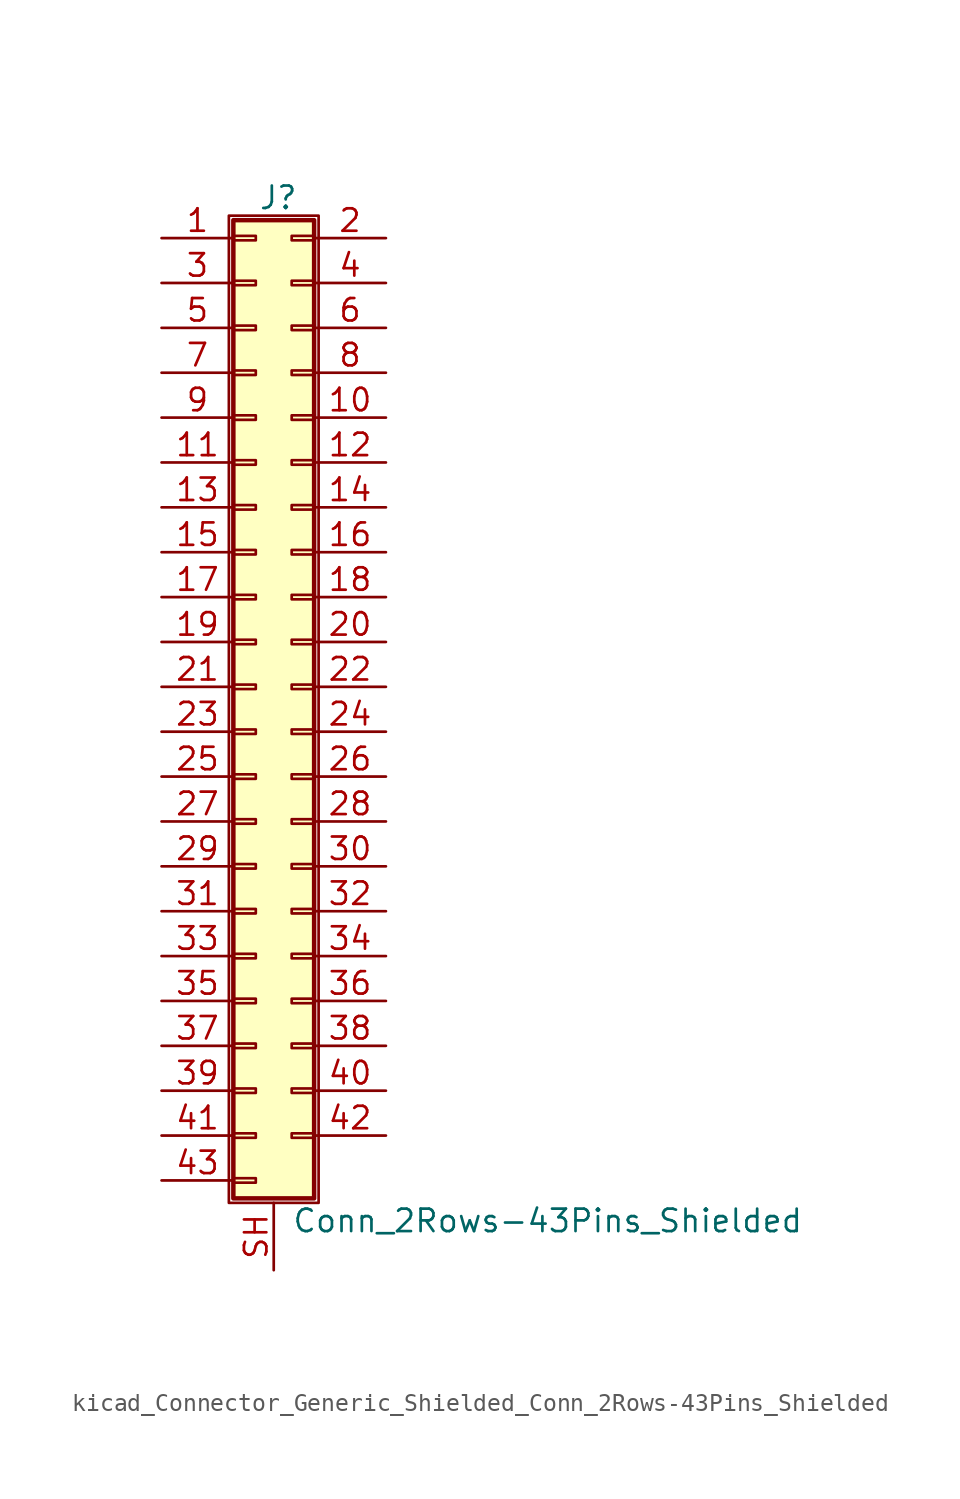
<source format=kicad_sym>
(kicad_symbol_lib
  (version 20220914)
  (generator kicad_symbol_editor)
  (symbol "kicad_Connector_Generic_Shielded_Conn_2Rows-43Pins_Shielded"
    (pin_names
      (offset 1.016) hide)
    (property "Reference" "J"
      (at 1.524 27.686 0)
      (effects (font (size 1.27 1.27))))
    (property "Value" "Conn_2Rows-43Pins_Shielded"
      (at 2.286 -30.226 0)
      (effects (font (size 1.27 1.27)) (justify left)))
    (symbol "kicad_Connector_Generic_Shielded_Conn_2Rows-43Pins_Shielded_1_1"
      (rectangle (start -1.27 26.67) (end 3.81 -29.21) (stroke (width 0.152) (type default)) (fill (type none)))
      (rectangle (start -1.016 -27.813) (end 0.254 -28.067) (stroke (width 0.152) (type default)) (fill (type none)))
      (rectangle (start -1.016 -25.273) (end 0.254 -25.527) (stroke (width 0.152) (type default)) (fill (type none)))
      (rectangle (start -1.016 -22.733) (end 0.254 -22.987) (stroke (width 0.152) (type default)) (fill (type none)))
      (rectangle (start -1.016 -20.193) (end 0.254 -20.447) (stroke (width 0.152) (type default)) (fill (type none)))
      (rectangle (start -1.016 -17.653) (end 0.254 -17.907) (stroke (width 0.152) (type default)) (fill (type none)))
      (rectangle (start -1.016 -15.113) (end 0.254 -15.367) (stroke (width 0.152) (type default)) (fill (type none)))
      (rectangle (start -1.016 -12.573) (end 0.254 -12.827) (stroke (width 0.152) (type default)) (fill (type none)))
      (rectangle (start -1.016 -10.033) (end 0.254 -10.287) (stroke (width 0.152) (type default)) (fill (type none)))
      (rectangle (start -1.016 -7.493) (end 0.254 -7.747) (stroke (width 0.152) (type default)) (fill (type none)))
      (rectangle (start -1.016 -4.953) (end 0.254 -5.207) (stroke (width 0.152) (type default)) (fill (type none)))
      (rectangle (start -1.016 -2.413) (end 0.254 -2.667) (stroke (width 0.152) (type default)) (fill (type none)))
      (rectangle (start -1.016 0.127) (end 0.254 -0.127) (stroke (width 0.152) (type default)) (fill (type none)))
      (rectangle (start -1.016 2.667) (end 0.254 2.413) (stroke (width 0.152) (type default)) (fill (type none)))
      (rectangle (start -1.016 5.207) (end 0.254 4.953) (stroke (width 0.152) (type default)) (fill (type none)))
      (rectangle (start -1.016 7.747) (end 0.254 7.493) (stroke (width 0.152) (type default)) (fill (type none)))
      (rectangle (start -1.016 10.287) (end 0.254 10.033) (stroke (width 0.152) (type default)) (fill (type none)))
      (rectangle (start -1.016 12.827) (end 0.254 12.573) (stroke (width 0.152) (type default)) (fill (type none)))
      (rectangle (start -1.016 15.367) (end 0.254 15.113) (stroke (width 0.152) (type default)) (fill (type none)))
      (rectangle (start -1.016 17.907) (end 0.254 17.653) (stroke (width 0.152) (type default)) (fill (type none)))
      (rectangle (start -1.016 20.447) (end 0.254 20.193) (stroke (width 0.152) (type default)) (fill (type none)))
      (rectangle (start -1.016 22.987) (end 0.254 22.733) (stroke (width 0.152) (type default)) (fill (type none)))
      (rectangle (start -1.016 25.527) (end 0.254 25.273) (stroke (width 0.152) (type default)) (fill (type none)))
      (rectangle (start -1.016 26.416) (end 3.556 -28.956) (stroke (width 0.254) (type default)) (fill (type background)))
      (rectangle (start 3.556 -25.273) (end 2.286 -25.527) (stroke (width 0.152) (type default)) (fill (type none)))
      (rectangle (start 3.556 -22.733) (end 2.286 -22.987) (stroke (width 0.152) (type default)) (fill (type none)))
      (rectangle (start 3.556 -20.193) (end 2.286 -20.447) (stroke (width 0.152) (type default)) (fill (type none)))
      (rectangle (start 3.556 -17.653) (end 2.286 -17.907) (stroke (width 0.152) (type default)) (fill (type none)))
      (rectangle (start 3.556 -15.113) (end 2.286 -15.367) (stroke (width 0.152) (type default)) (fill (type none)))
      (rectangle (start 3.556 -12.573) (end 2.286 -12.827) (stroke (width 0.152) (type default)) (fill (type none)))
      (rectangle (start 3.556 -10.033) (end 2.286 -10.287) (stroke (width 0.152) (type default)) (fill (type none)))
      (rectangle (start 3.556 -7.493) (end 2.286 -7.747) (stroke (width 0.152) (type default)) (fill (type none)))
      (rectangle (start 3.556 -4.953) (end 2.286 -5.207) (stroke (width 0.152) (type default)) (fill (type none)))
      (rectangle (start 3.556 -2.413) (end 2.286 -2.667) (stroke (width 0.152) (type default)) (fill (type none)))
      (rectangle (start 3.556 0.127) (end 2.286 -0.127) (stroke (width 0.152) (type default)) (fill (type none)))
      (rectangle (start 3.556 2.667) (end 2.286 2.413) (stroke (width 0.152) (type default)) (fill (type none)))
      (rectangle (start 3.556 5.207) (end 2.286 4.953) (stroke (width 0.152) (type default)) (fill (type none)))
      (rectangle (start 3.556 7.747) (end 2.286 7.493) (stroke (width 0.152) (type default)) (fill (type none)))
      (rectangle (start 3.556 10.287) (end 2.286 10.033) (stroke (width 0.152) (type default)) (fill (type none)))
      (rectangle (start 3.556 12.827) (end 2.286 12.573) (stroke (width 0.152) (type default)) (fill (type none)))
      (rectangle (start 3.556 15.367) (end 2.286 15.113) (stroke (width 0.152) (type default)) (fill (type none)))
      (rectangle (start 3.556 17.907) (end 2.286 17.653) (stroke (width 0.152) (type default)) (fill (type none)))
      (rectangle (start 3.556 20.447) (end 2.286 20.193) (stroke (width 0.152) (type default)) (fill (type none)))
      (rectangle (start 3.556 22.987) (end 2.286 22.733) (stroke (width 0.152) (type default)) (fill (type none)))
      (rectangle (start 3.556 25.527) (end 2.286 25.273) (stroke (width 0.152) (type default)) (fill (type none)))
      (pin passive line (at -5.08 25.4 0) (length 4.064) (name "Pin_1" (effects (font (size 1.27 1.27)))) (number "1" (effects (font (size 1.27 1.27)))))
      (pin passive line (at 7.62 15.24 180) (length 4.064) (name "Pin_10" (effects (font (size 1.27 1.27)))) (number "10" (effects (font (size 1.27 1.27)))))
      (pin passive line (at -5.08 12.7 0) (length 4.064) (name "Pin_11" (effects (font (size 1.27 1.27)))) (number "11" (effects (font (size 1.27 1.27)))))
      (pin passive line (at 7.62 12.7 180) (length 4.064) (name "Pin_12" (effects (font (size 1.27 1.27)))) (number "12" (effects (font (size 1.27 1.27)))))
      (pin passive line (at -5.08 10.16 0) (length 4.064) (name "Pin_13" (effects (font (size 1.27 1.27)))) (number "13" (effects (font (size 1.27 1.27)))))
      (pin passive line (at 7.62 10.16 180) (length 4.064) (name "Pin_14" (effects (font (size 1.27 1.27)))) (number "14" (effects (font (size 1.27 1.27)))))
      (pin passive line (at -5.08 7.62 0) (length 4.064) (name "Pin_15" (effects (font (size 1.27 1.27)))) (number "15" (effects (font (size 1.27 1.27)))))
      (pin passive line (at 7.62 7.62 180) (length 4.064) (name "Pin_16" (effects (font (size 1.27 1.27)))) (number "16" (effects (font (size 1.27 1.27)))))
      (pin passive line (at -5.08 5.08 0) (length 4.064) (name "Pin_17" (effects (font (size 1.27 1.27)))) (number "17" (effects (font (size 1.27 1.27)))))
      (pin passive line (at 7.62 5.08 180) (length 4.064) (name "Pin_18" (effects (font (size 1.27 1.27)))) (number "18" (effects (font (size 1.27 1.27)))))
      (pin passive line (at -5.08 2.54 0) (length 4.064) (name "Pin_19" (effects (font (size 1.27 1.27)))) (number "19" (effects (font (size 1.27 1.27)))))
      (pin passive line (at 7.62 25.4 180) (length 4.064) (name "Pin_2" (effects (font (size 1.27 1.27)))) (number "2" (effects (font (size 1.27 1.27)))))
      (pin passive line (at 7.62 2.54 180) (length 4.064) (name "Pin_20" (effects (font (size 1.27 1.27)))) (number "20" (effects (font (size 1.27 1.27)))))
      (pin passive line (at -5.08 0 0) (length 4.064) (name "Pin_21" (effects (font (size 1.27 1.27)))) (number "21" (effects (font (size 1.27 1.27)))))
      (pin passive line (at 7.62 0 180) (length 4.064) (name "Pin_22" (effects (font (size 1.27 1.27)))) (number "22" (effects (font (size 1.27 1.27)))))
      (pin passive line (at -5.08 -2.54 0) (length 4.064) (name "Pin_23" (effects (font (size 1.27 1.27)))) (number "23" (effects (font (size 1.27 1.27)))))
      (pin passive line (at 7.62 -2.54 180) (length 4.064) (name "Pin_24" (effects (font (size 1.27 1.27)))) (number "24" (effects (font (size 1.27 1.27)))))
      (pin passive line (at -5.08 -5.08 0) (length 4.064) (name "Pin_25" (effects (font (size 1.27 1.27)))) (number "25" (effects (font (size 1.27 1.27)))))
      (pin passive line (at 7.62 -5.08 180) (length 4.064) (name "Pin_26" (effects (font (size 1.27 1.27)))) (number "26" (effects (font (size 1.27 1.27)))))
      (pin passive line (at -5.08 -7.62 0) (length 4.064) (name "Pin_27" (effects (font (size 1.27 1.27)))) (number "27" (effects (font (size 1.27 1.27)))))
      (pin passive line (at 7.62 -7.62 180) (length 4.064) (name "Pin_28" (effects (font (size 1.27 1.27)))) (number "28" (effects (font (size 1.27 1.27)))))
      (pin passive line (at -5.08 -10.16 0) (length 4.064) (name "Pin_29" (effects (font (size 1.27 1.27)))) (number "29" (effects (font (size 1.27 1.27)))))
      (pin passive line (at -5.08 22.86 0) (length 4.064) (name "Pin_3" (effects (font (size 1.27 1.27)))) (number "3" (effects (font (size 1.27 1.27)))))
      (pin passive line (at 7.62 -10.16 180) (length 4.064) (name "Pin_30" (effects (font (size 1.27 1.27)))) (number "30" (effects (font (size 1.27 1.27)))))
      (pin passive line (at -5.08 -12.7 0) (length 4.064) (name "Pin_31" (effects (font (size 1.27 1.27)))) (number "31" (effects (font (size 1.27 1.27)))))
      (pin passive line (at 7.62 -12.7 180) (length 4.064) (name "Pin_32" (effects (font (size 1.27 1.27)))) (number "32" (effects (font (size 1.27 1.27)))))
      (pin passive line (at -5.08 -15.24 0) (length 4.064) (name "Pin_33" (effects (font (size 1.27 1.27)))) (number "33" (effects (font (size 1.27 1.27)))))
      (pin passive line (at 7.62 -15.24 180) (length 4.064) (name "Pin_34" (effects (font (size 1.27 1.27)))) (number "34" (effects (font (size 1.27 1.27)))))
      (pin passive line (at -5.08 -17.78 0) (length 4.064) (name "Pin_35" (effects (font (size 1.27 1.27)))) (number "35" (effects (font (size 1.27 1.27)))))
      (pin passive line (at 7.62 -17.78 180) (length 4.064) (name "Pin_36" (effects (font (size 1.27 1.27)))) (number "36" (effects (font (size 1.27 1.27)))))
      (pin passive line (at -5.08 -20.32 0) (length 4.064) (name "Pin_37" (effects (font (size 1.27 1.27)))) (number "37" (effects (font (size 1.27 1.27)))))
      (pin passive line (at 7.62 -20.32 180) (length 4.064) (name "Pin_38" (effects (font (size 1.27 1.27)))) (number "38" (effects (font (size 1.27 1.27)))))
      (pin passive line (at -5.08 -22.86 0) (length 4.064) (name "Pin_39" (effects (font (size 1.27 1.27)))) (number "39" (effects (font (size 1.27 1.27)))))
      (pin passive line (at 7.62 22.86 180) (length 4.064) (name "Pin_4" (effects (font (size 1.27 1.27)))) (number "4" (effects (font (size 1.27 1.27)))))
      (pin passive line (at 7.62 -22.86 180) (length 4.064) (name "Pin_40" (effects (font (size 1.27 1.27)))) (number "40" (effects (font (size 1.27 1.27)))))
      (pin passive line (at -5.08 -25.4 0) (length 4.064) (name "Pin_41" (effects (font (size 1.27 1.27)))) (number "41" (effects (font (size 1.27 1.27)))))
      (pin passive line (at 7.62 -25.4 180) (length 4.064) (name "Pin_42" (effects (font (size 1.27 1.27)))) (number "42" (effects (font (size 1.27 1.27)))))
      (pin passive line (at -5.08 -27.94 0) (length 4.064) (name "Pin_43" (effects (font (size 1.27 1.27)))) (number "43" (effects (font (size 1.27 1.27)))))
      (pin passive line (at -5.08 20.32 0) (length 4.064) (name "Pin_5" (effects (font (size 1.27 1.27)))) (number "5" (effects (font (size 1.27 1.27)))))
      (pin passive line (at 7.62 20.32 180) (length 4.064) (name "Pin_6" (effects (font (size 1.27 1.27)))) (number "6" (effects (font (size 1.27 1.27)))))
      (pin passive line (at -5.08 17.78 0) (length 4.064) (name "Pin_7" (effects (font (size 1.27 1.27)))) (number "7" (effects (font (size 1.27 1.27)))))
      (pin passive line (at 7.62 17.78 180) (length 4.064) (name "Pin_8" (effects (font (size 1.27 1.27)))) (number "8" (effects (font (size 1.27 1.27)))))
      (pin passive line (at -5.08 15.24 0) (length 4.064) (name "Pin_9" (effects (font (size 1.27 1.27)))) (number "9" (effects (font (size 1.27 1.27)))))
      (pin passive line (at 1.27 -33.02 90) (length 3.81) (name "Shield" (effects (font (size 1.27 1.27)))) (number "SH" (effects (font (size 1.27 1.27))))))))
</source>
